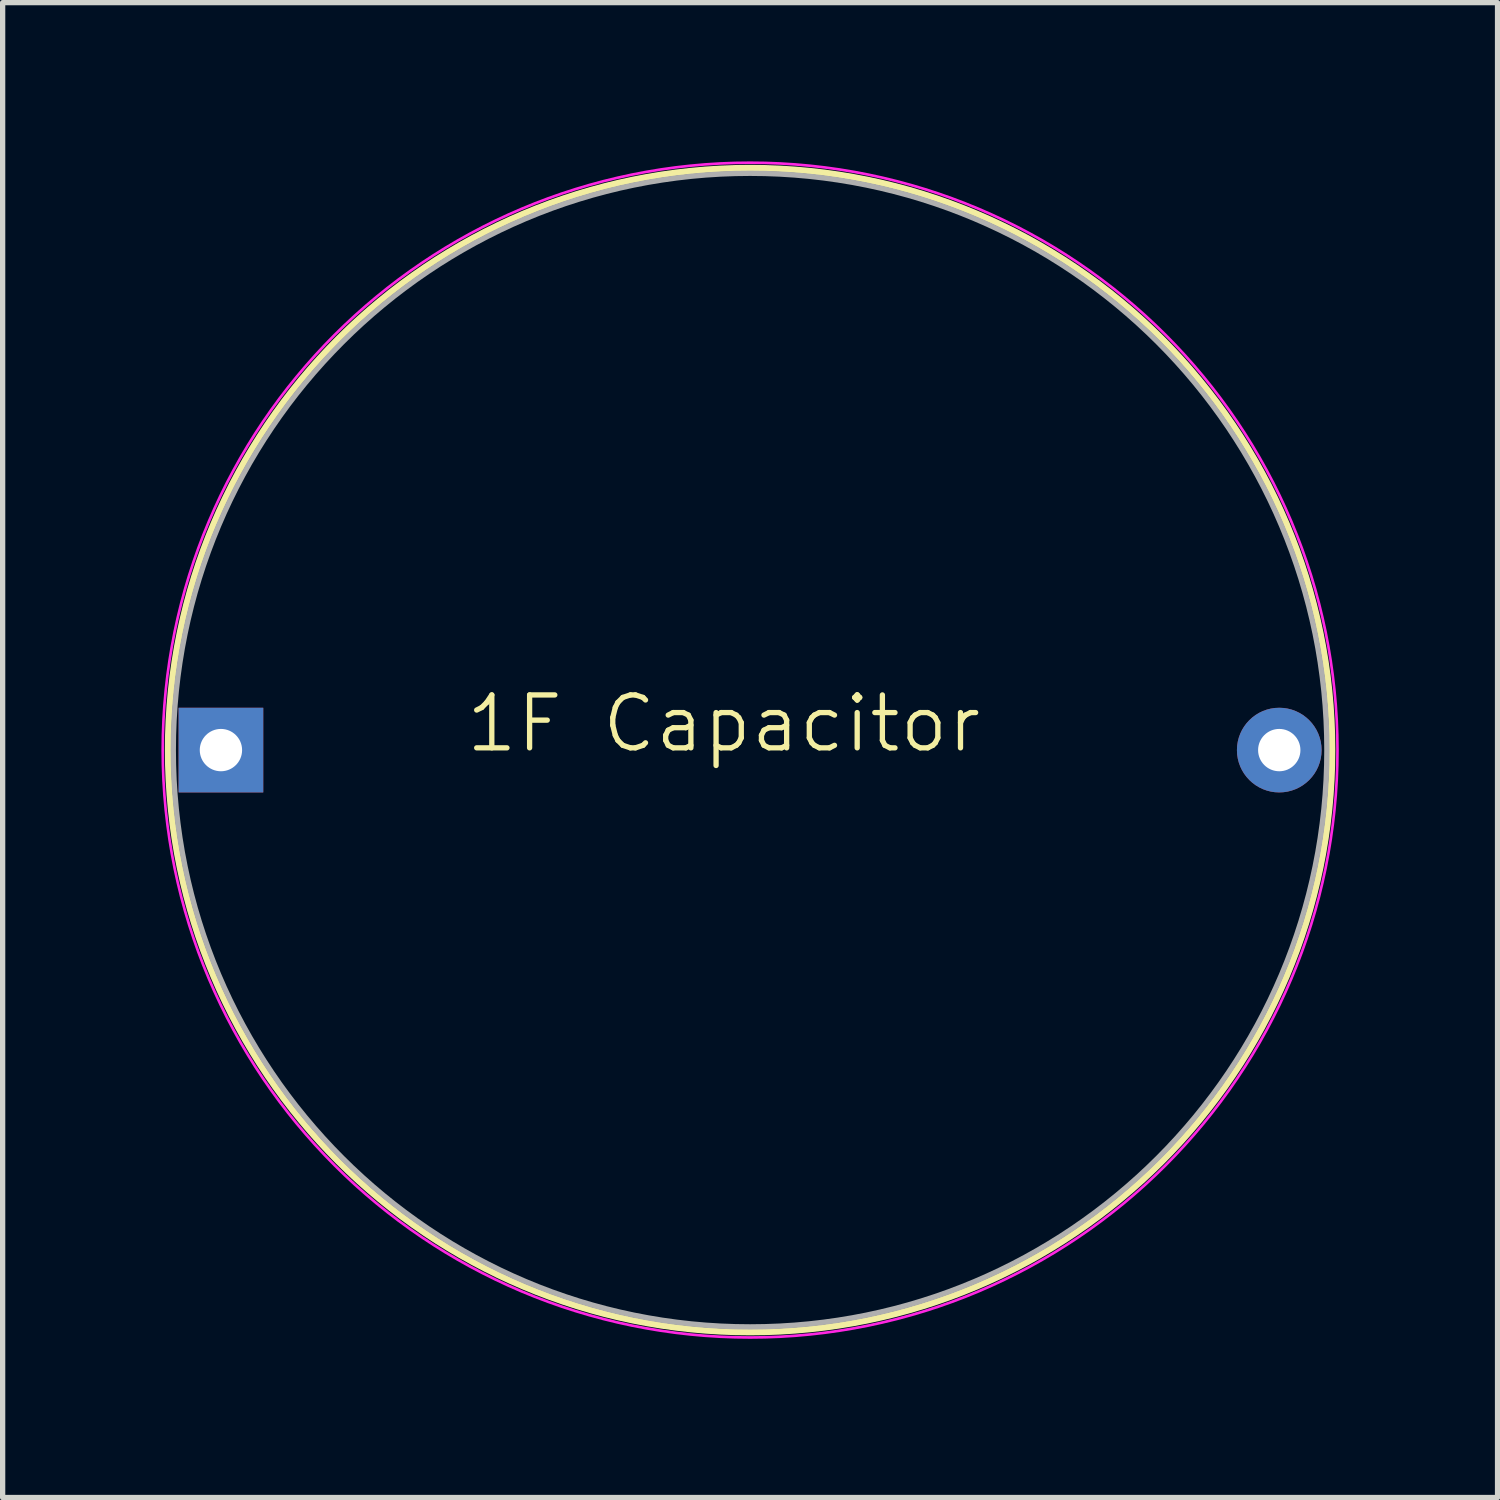
<source format=kicad_pcb>
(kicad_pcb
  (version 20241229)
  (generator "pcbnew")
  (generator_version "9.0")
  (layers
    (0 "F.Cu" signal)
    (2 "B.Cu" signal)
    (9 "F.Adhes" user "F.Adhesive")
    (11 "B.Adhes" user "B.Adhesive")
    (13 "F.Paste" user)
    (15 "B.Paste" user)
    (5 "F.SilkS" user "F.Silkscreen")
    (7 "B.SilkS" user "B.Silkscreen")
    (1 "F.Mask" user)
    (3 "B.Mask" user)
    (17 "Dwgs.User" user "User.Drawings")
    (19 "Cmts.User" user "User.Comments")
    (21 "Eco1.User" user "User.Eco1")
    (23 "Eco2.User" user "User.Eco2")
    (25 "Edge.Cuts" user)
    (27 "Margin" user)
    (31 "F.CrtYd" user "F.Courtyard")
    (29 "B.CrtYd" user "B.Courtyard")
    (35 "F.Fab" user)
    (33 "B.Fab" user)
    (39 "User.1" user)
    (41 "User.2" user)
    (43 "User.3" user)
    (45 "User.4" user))
  (footprint "1F Capacitor"
    (layer "F.Cu")
    (at 10.625 11.125)
    (property "Reference" "1F Capacitor" (at 0 -0.5 0) (unlocked yes) (layer "F.SilkS") (effects (font (size 1 1) (thickness 0.1))))
    (attr through_hole)
    (fp_circle (center 0.5 0) (end 11.5 0) (stroke (width 0.12) (type solid)) (fill no) (layer "F.SilkS"))
    (fp_circle (center 0.5 0) (end 11.6 0) (stroke (width 0.05) (type solid)) (fill no) (layer "F.CrtYd"))
    (fp_circle (center 0.5 0) (end 11.4 0) (stroke (width 0.1) (type solid)) (fill no) (layer "F.Fab"))
    (pad "1" thru_hole rect (at -9.5 0) (size 1.6 1.6) (drill 0.8) (layers "*.Cu" "*.Mask"))
    (pad "2" thru_hole circle (at 10.5 0) (size 1.6 1.6) (drill 0.8) (layers "*.Cu" "*.Mask")))
  (gr_rect
    (start -3 -3)
    (end 25.25 25.25)
    (stroke (width 0.1) (type default))
    (fill no)
    (layer "Edge.Cuts")))
</source>
